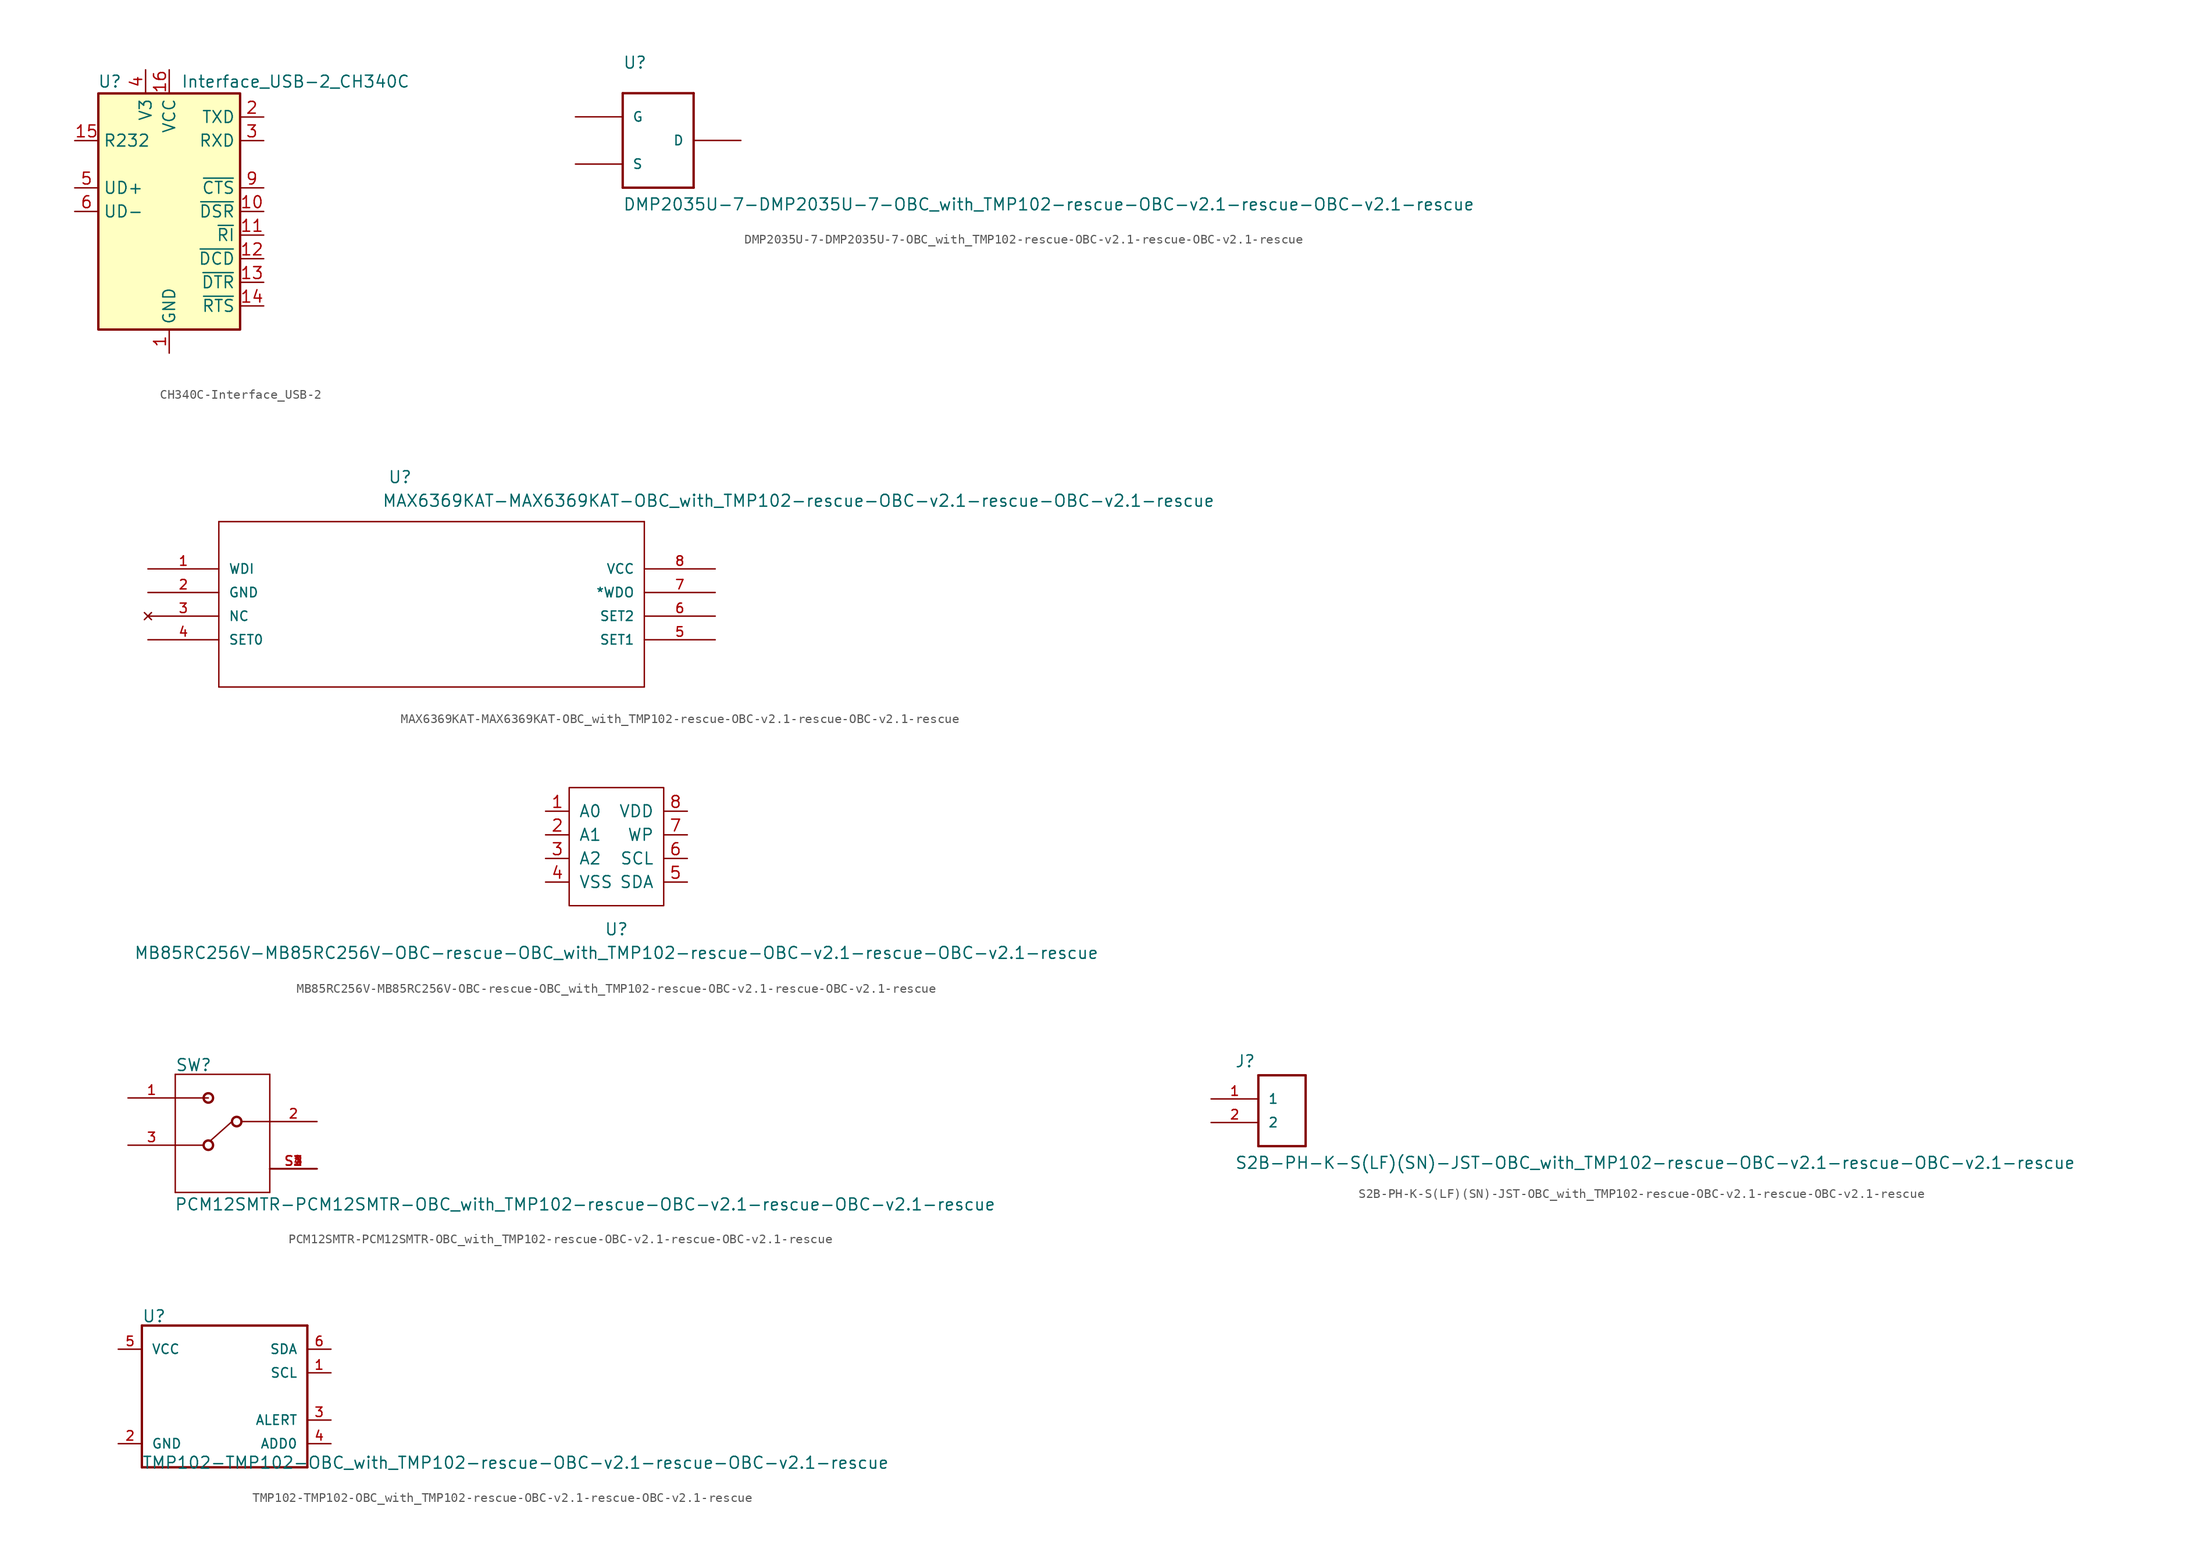
<source format=kicad_sym>
(kicad_symbol_lib
  (version 20220914)
  (generator kicad_symbol_editor)
  (symbol "CH340C-Interface_USB-2"
    (property "Reference" "U"
      (at -5.08 13.97 0)
      (effects (font (size 1.27 1.27)) (justify right)))
    (property "Value" "Interface_USB-2_CH340C"
      (at 1.27 13.97 0)
      (effects (font (size 1.27 1.27)) (justify left)))
    (symbol "CH340C-Interface_USB-2_0_1"
      (rectangle (start -7.62 12.7) (end 7.62 -12.7) (stroke (width 0.254) (type solid)) (fill (type background))))
    (symbol "CH340C-Interface_USB-2_1_1"
      (pin power_in line (at 0 -15.24 90) (length 2.54) (name "GND" (effects (font (size 1.27 1.27)))) (number "1" (effects (font (size 1.27 1.27)))))
      (pin input line (at 10.16 0 180) (length 2.54) (name "~{DSR}" (effects (font (size 1.27 1.27)))) (number "10" (effects (font (size 1.27 1.27)))))
      (pin input line (at 10.16 -2.54 180) (length 2.54) (name "~{RI}" (effects (font (size 1.27 1.27)))) (number "11" (effects (font (size 1.27 1.27)))))
      (pin input line (at 10.16 -5.08 180) (length 2.54) (name "~{DCD}" (effects (font (size 1.27 1.27)))) (number "12" (effects (font (size 1.27 1.27)))))
      (pin output line (at 10.16 -7.62 180) (length 2.54) (name "~{DTR}" (effects (font (size 1.27 1.27)))) (number "13" (effects (font (size 1.27 1.27)))))
      (pin output line (at 10.16 -10.16 180) (length 2.54) (name "~{RTS}" (effects (font (size 1.27 1.27)))) (number "14" (effects (font (size 1.27 1.27)))))
      (pin input line (at -10.16 7.62 0) (length 2.54) (name "R232" (effects (font (size 1.27 1.27)))) (number "15" (effects (font (size 1.27 1.27)))))
      (pin power_in line (at 0 15.24 270) (length 2.54) (name "VCC" (effects (font (size 1.27 1.27)))) (number "16" (effects (font (size 1.27 1.27)))))
      (pin output line (at 10.16 10.16 180) (length 2.54) (name "TXD" (effects (font (size 1.27 1.27)))) (number "2" (effects (font (size 1.27 1.27)))))
      (pin input line (at 10.16 7.62 180) (length 2.54) (name "RXD" (effects (font (size 1.27 1.27)))) (number "3" (effects (font (size 1.27 1.27)))))
      (pin passive line (at -2.54 15.24 270) (length 2.54) (name "V3" (effects (font (size 1.27 1.27)))) (number "4" (effects (font (size 1.27 1.27)))))
      (pin bidirectional line (at -10.16 2.54 0) (length 2.54) (name "UD+" (effects (font (size 1.27 1.27)))) (number "5" (effects (font (size 1.27 1.27)))))
      (pin bidirectional line (at -10.16 0 0) (length 2.54) (name "UD-" (effects (font (size 1.27 1.27)))) (number "6" (effects (font (size 1.27 1.27)))))
      (pin no_connect line (at -7.62 -7.62 0) (length 2.54) hide (name "NC" (effects (font (size 1.27 1.27)))) (number "7" (effects (font (size 1.27 1.27)))))
      (pin no_connect line (at -7.62 -10.16 0) (length 2.54) hide (name "NC" (effects (font (size 1.27 1.27)))) (number "8" (effects (font (size 1.27 1.27)))))
      (pin input line (at 10.16 2.54 180) (length 2.54) (name "~{CTS}" (effects (font (size 1.27 1.27)))) (number "9" (effects (font (size 1.27 1.27)))))))
  (symbol "DMP2035U-7-DMP2035U-7-OBC_with_TMP102-rescue-OBC-v2.1-rescue-OBC-v2.1-rescue"
    (pin_numbers hide)
    (pin_names
      (offset 1.016))
    (property "Reference" "U"
      (at 0 12.7 0)
      (effects (font (size 1.27 1.27)) (justify left bottom)))
    (property "Value" "DMP2035U-7-DMP2035U-7-OBC_with_TMP102-rescue-OBC-v2.1-rescue-OBC-v2.1-rescue"
      (at 0 -2.54 0)
      (effects (font (size 1.27 1.27)) (justify left bottom)))
    (property "ki_locked" ""
      (at 0 0 0)
      (effects (font (size 1.27 1.27))))
    (symbol "DMP2035U-7-DMP2035U-7-OBC_with_TMP102-rescue-OBC-v2.1-rescue-OBC-v2.1-rescue_0_0"
      (polyline (pts (xy 0 0) (xy 7.62 0)) (stroke (width 0.254) (type solid)) (fill (type none)))
      (polyline (pts (xy 0 10.16) (xy 0 0)) (stroke (width 0.254) (type solid)) (fill (type none)))
      (polyline (pts (xy 7.62 0) (xy 7.62 10.16)) (stroke (width 0.254) (type solid)) (fill (type none)))
      (polyline (pts (xy 7.62 10.16) (xy 0 10.16)) (stroke (width 0.254) (type solid)) (fill (type none)))
      (pin bidirectional line (at -5.08 7.62 0) (length 5.08) (name "G" (effects (font (size 1.016 1.016)))) (number "1" (effects (font (size 1.016 1.016)))))
      (pin bidirectional line (at -5.08 2.54 0) (length 5.08) (name "S" (effects (font (size 1.016 1.016)))) (number "2" (effects (font (size 1.016 1.016)))))
      (pin bidirectional line (at 12.7 5.08 180) (length 5.08) (name "D" (effects (font (size 1.016 1.016)))) (number "3" (effects (font (size 1.016 1.016)))))))
  (symbol "MAX6369KAT-MAX6369KAT-OBC_with_TMP102-rescue-OBC-v2.1-rescue-OBC-v2.1-rescue"
    (pin_names
      (offset 1.016))
    (property "Reference" "U"
      (at 25.781 9.119 0)
      (effects (font (size 1.27 1.27)) (justify left bottom)))
    (property "Value" "MAX6369KAT-MAX6369KAT-OBC_with_TMP102-rescue-OBC-v2.1-rescue-OBC-v2.1-rescue"
      (at 25.146 6.579 0)
      (effects (font (size 1.27 1.27)) (justify left bottom)))
    (property "ki_locked" ""
      (at 0 0 0)
      (effects (font (size 1.27 1.27))))
    (symbol "MAX6369KAT-MAX6369KAT-OBC_with_TMP102-rescue-OBC-v2.1-rescue-OBC-v2.1-rescue_0_0"
      (polyline (pts (xy 7.62 -12.7) (xy 53.34 -12.7)) (stroke (width 0.152) (type solid)) (fill (type none)))
      (polyline (pts (xy 7.62 5.08) (xy 7.62 -12.7)) (stroke (width 0.152) (type solid)) (fill (type none)))
      (polyline (pts (xy 53.34 -12.7) (xy 53.34 5.08)) (stroke (width 0.152) (type solid)) (fill (type none)))
      (polyline (pts (xy 53.34 5.08) (xy 7.62 5.08)) (stroke (width 0.152) (type solid)) (fill (type none)))
      (pin input line (at 0 0 0) (length 7.62) (name "WDI" (effects (font (size 1.016 1.016)))) (number "1" (effects (font (size 1.016 1.016)))))
      (pin power_in line (at 0 -2.54 0) (length 7.62) (name "GND" (effects (font (size 1.016 1.016)))) (number "2" (effects (font (size 1.016 1.016)))))
      (pin no_connect line (at 0 -5.08 0) (length 7.62) (name "NC" (effects (font (size 1.016 1.016)))) (number "3" (effects (font (size 1.016 1.016)))))
      (pin input line (at 0 -7.62 0) (length 7.62) (name "SET0" (effects (font (size 1.016 1.016)))) (number "4" (effects (font (size 1.016 1.016)))))
      (pin input line (at 60.96 -7.62 180) (length 7.62) (name "SET1" (effects (font (size 1.016 1.016)))) (number "5" (effects (font (size 1.016 1.016)))))
      (pin input line (at 60.96 -5.08 180) (length 7.62) (name "SET2" (effects (font (size 1.016 1.016)))) (number "6" (effects (font (size 1.016 1.016)))))
      (pin output line (at 60.96 -2.54 180) (length 7.62) (name "*WDO" (effects (font (size 1.016 1.016)))) (number "7" (effects (font (size 1.016 1.016)))))
      (pin power_in line (at 60.96 0 180) (length 7.62) (name "VCC" (effects (font (size 1.016 1.016)))) (number "8" (effects (font (size 1.016 1.016)))))))
  (symbol "MB85RC256V-MB85RC256V-OBC-rescue-OBC_with_TMP102-rescue-OBC-v2.1-rescue-OBC-v2.1-rescue"
    (pin_names
      (offset 1.016))
    (property "Reference" "U"
      (at 0 -8.89 0)
      (effects (font (size 1.27 1.27))))
    (property "Value" "MB85RC256V-MB85RC256V-OBC-rescue-OBC_with_TMP102-rescue-OBC-v2.1-rescue-OBC-v2.1-rescue"
      (at 0 -11.43 0)
      (effects (font (size 1.27 1.27))))
    (symbol "MB85RC256V-MB85RC256V-OBC-rescue-OBC_with_TMP102-rescue-OBC-v2.1-rescue-OBC-v2.1-rescue_0_1"
      (rectangle (start -5.08 6.35) (end 5.08 -6.35) (stroke (width 0) (type solid)) (fill (type none))))
    (symbol "MB85RC256V-MB85RC256V-OBC-rescue-OBC_with_TMP102-rescue-OBC-v2.1-rescue-OBC-v2.1-rescue_1_1"
      (pin input line (at -7.62 3.81 0) (length 2.54) (name "A0" (effects (font (size 1.27 1.27)))) (number "1" (effects (font (size 1.27 1.27)))))
      (pin input line (at -7.62 1.27 0) (length 2.54) (name "A1" (effects (font (size 1.27 1.27)))) (number "2" (effects (font (size 1.27 1.27)))))
      (pin input line (at -7.62 -1.27 0) (length 2.54) (name "A2" (effects (font (size 1.27 1.27)))) (number "3" (effects (font (size 1.27 1.27)))))
      (pin input line (at -7.62 -3.81 0) (length 2.54) (name "VSS" (effects (font (size 1.27 1.27)))) (number "4" (effects (font (size 1.27 1.27)))))
      (pin input line (at 7.62 -3.81 180) (length 2.54) (name "SDA" (effects (font (size 1.27 1.27)))) (number "5" (effects (font (size 1.27 1.27)))))
      (pin input line (at 7.62 -1.27 180) (length 2.54) (name "SCL" (effects (font (size 1.27 1.27)))) (number "6" (effects (font (size 1.27 1.27)))))
      (pin input line (at 7.62 1.27 180) (length 2.54) (name "WP" (effects (font (size 1.27 1.27)))) (number "7" (effects (font (size 1.27 1.27)))))
      (pin input line (at 7.62 3.81 180) (length 2.54) (name "VDD" (effects (font (size 1.27 1.27)))) (number "8" (effects (font (size 1.27 1.27)))))))
  (symbol "PCM12SMTR-PCM12SMTR-OBC_with_TMP102-rescue-OBC-v2.1-rescue-OBC-v2.1-rescue"
    (pin_names
      (offset 1.016) hide)
    (property "Reference" "SW"
      (at -5.08 5.334 0)
      (effects (font (size 1.27 1.27)) (justify left bottom)))
    (property "Value" "PCM12SMTR-PCM12SMTR-OBC_with_TMP102-rescue-OBC-v2.1-rescue-OBC-v2.1-rescue"
      (at -5.182 -9.652 0)
      (effects (font (size 1.27 1.27)) (justify left bottom)))
    (property "ki_locked" ""
      (at 0 0 0)
      (effects (font (size 1.27 1.27))))
    (symbol "PCM12SMTR-PCM12SMTR-OBC_with_TMP102-rescue-OBC-v2.1-rescue-OBC-v2.1-rescue_0_0"
      (circle (center -1.524 -2.54) (radius 0.508) (stroke (width 0.254) (type solid)) (fill (type none)))
      (circle (center -1.524 2.54) (radius 0.508) (stroke (width 0.254) (type solid)) (fill (type none)))
      (polyline (pts (xy -5.08 -7.62) (xy 5.08 -7.62)) (stroke (width 0.152) (type solid)) (fill (type none)))
      (polyline (pts (xy -5.08 -2.54) (xy -5.08 -7.62)) (stroke (width 0.152) (type solid)) (fill (type none)))
      (polyline (pts (xy -5.08 -2.54) (xy -2.032 -2.54)) (stroke (width 0.152) (type solid)) (fill (type none)))
      (polyline (pts (xy -5.08 2.54) (xy -5.08 -2.54)) (stroke (width 0.152) (type solid)) (fill (type none)))
      (polyline (pts (xy -5.08 2.54) (xy -1.524 2.54)) (stroke (width 0.152) (type solid)) (fill (type none)))
      (polyline (pts (xy -5.08 5.08) (xy -5.08 2.54)) (stroke (width 0.152) (type solid)) (fill (type none)))
      (polyline (pts (xy 1.016 0) (xy -1.27 -2.032)) (stroke (width 0.152) (type solid)) (fill (type none)))
      (polyline (pts (xy 2.032 0) (xy 5.08 0)) (stroke (width 0.152) (type solid)) (fill (type none)))
      (polyline (pts (xy 5.08 -7.62) (xy 5.08 0)) (stroke (width 0.152) (type solid)) (fill (type none)))
      (polyline (pts (xy 5.08 0) (xy 5.08 5.08)) (stroke (width 0.152) (type solid)) (fill (type none)))
      (polyline (pts (xy 5.08 5.08) (xy -5.08 5.08)) (stroke (width 0.152) (type solid)) (fill (type none)))
      (circle (center 1.524 0) (radius 0.508) (stroke (width 0.254) (type solid)) (fill (type none)))
      (pin passive line (at -10.16 2.54 0) (length 5.08) (name "1" (effects (font (size 1.016 1.016)))) (number "1" (effects (font (size 1.016 1.016)))))
      (pin passive line (at 10.16 0 180) (length 5.08) (name "2" (effects (font (size 1.016 1.016)))) (number "2" (effects (font (size 1.016 1.016)))))
      (pin passive line (at -10.16 -2.54 0) (length 5.08) (name "3" (effects (font (size 1.016 1.016)))) (number "3" (effects (font (size 1.016 1.016)))))
      (pin passive line (at 10.16 -5.08 180) (length 5.08) (name "SHIELD" (effects (font (size 1.016 1.016)))) (number "S1" (effects (font (size 1.016 1.016)))))
      (pin passive line (at 10.16 -5.08 180) (length 5.08) (name "SHIELD" (effects (font (size 1.016 1.016)))) (number "S2" (effects (font (size 1.016 1.016)))))
      (pin passive line (at 10.16 -5.08 180) (length 5.08) (name "SHIELD" (effects (font (size 1.016 1.016)))) (number "S3" (effects (font (size 1.016 1.016)))))
      (pin passive line (at 10.16 -5.08 180) (length 5.08) (name "SHIELD" (effects (font (size 1.016 1.016)))) (number "S4" (effects (font (size 1.016 1.016)))))))
  (symbol "S2B-PH-K-S(LF)(SN)-JST-OBC_with_TMP102-rescue-OBC-v2.1-rescue-OBC-v2.1-rescue"
    (pin_names
      (offset 1.016))
    (property "Reference" "J"
      (at -5.08 3.302 0)
      (effects (font (size 1.27 1.27)) (justify left bottom)))
    (property "Value" "S2B-PH-K-S(LF)(SN)-JST-OBC_with_TMP102-rescue-OBC-v2.1-rescue-OBC-v2.1-rescue"
      (at -5.08 -7.62 0)
      (effects (font (size 1.27 1.27)) (justify left bottom)))
    (property "ki_locked" ""
      (at 0 0 0)
      (effects (font (size 1.27 1.27))))
    (symbol "S2B-PH-K-S(LF)(SN)-JST-OBC_with_TMP102-rescue-OBC-v2.1-rescue-OBC-v2.1-rescue_0_0"
      (polyline (pts (xy -2.54 -5.08) (xy -2.54 2.54)) (stroke (width 0.254) (type solid)) (fill (type none)))
      (polyline (pts (xy -2.54 2.54) (xy 2.54 2.54)) (stroke (width 0.254) (type solid)) (fill (type none)))
      (polyline (pts (xy 2.54 -5.08) (xy -2.54 -5.08)) (stroke (width 0.254) (type solid)) (fill (type none)))
      (polyline (pts (xy 2.54 2.54) (xy 2.54 -5.08)) (stroke (width 0.254) (type solid)) (fill (type none)))
      (pin passive line (at -7.62 0 0) (length 5.08) (name "1" (effects (font (size 1.016 1.016)))) (number "1" (effects (font (size 1.016 1.016)))))
      (pin passive line (at -7.62 -2.54 0) (length 5.08) (name "2" (effects (font (size 1.016 1.016)))) (number "2" (effects (font (size 1.016 1.016)))))))
  (symbol "TMP102-TMP102-OBC_with_TMP102-rescue-OBC-v2.1-rescue-OBC-v2.1-rescue"
    (pin_names
      (offset 1.016))
    (property "Reference" "U"
      (at -10.16 7.874 0)
      (effects (font (size 1.27 1.27)) (justify left bottom)))
    (property "Value" "TMP102-TMP102-OBC_with_TMP102-rescue-OBC-v2.1-rescue-OBC-v2.1-rescue"
      (at -10.16 -7.874 0)
      (effects (font (size 1.27 1.27)) (justify left bottom)))
    (property "ki_locked" ""
      (at 0 0 0)
      (effects (font (size 1.27 1.27))))
    (symbol "TMP102-TMP102-OBC_with_TMP102-rescue-OBC-v2.1-rescue-OBC-v2.1-rescue_0_0"
      (polyline (pts (xy -10.16 -7.62) (xy 7.62 -7.62)) (stroke (width 0.254) (type solid)) (fill (type none)))
      (polyline (pts (xy -10.16 7.62) (xy -10.16 -7.62)) (stroke (width 0.254) (type solid)) (fill (type none)))
      (polyline (pts (xy 7.62 -7.62) (xy 7.62 7.62)) (stroke (width 0.254) (type solid)) (fill (type none)))
      (polyline (pts (xy 7.62 7.62) (xy -10.16 7.62)) (stroke (width 0.254) (type solid)) (fill (type none)))
      (pin bidirectional line (at 10.16 2.54 180) (length 2.54) (name "SCL" (effects (font (size 1.016 1.016)))) (number "1" (effects (font (size 1.016 1.016)))))
      (pin bidirectional line (at -12.7 -5.08 0) (length 2.54) (name "GND" (effects (font (size 1.016 1.016)))) (number "2" (effects (font (size 1.016 1.016)))))
      (pin bidirectional line (at 10.16 -2.54 180) (length 2.54) (name "ALERT" (effects (font (size 1.016 1.016)))) (number "3" (effects (font (size 1.016 1.016)))))
      (pin bidirectional line (at 10.16 -5.08 180) (length 2.54) (name "ADD0" (effects (font (size 1.016 1.016)))) (number "4" (effects (font (size 1.016 1.016)))))
      (pin bidirectional line (at -12.7 5.08 0) (length 2.54) (name "VCC" (effects (font (size 1.016 1.016)))) (number "5" (effects (font (size 1.016 1.016)))))
      (pin bidirectional line (at 10.16 5.08 180) (length 2.54) (name "SDA" (effects (font (size 1.016 1.016)))) (number "6" (effects (font (size 1.016 1.016))))))))
</source>
